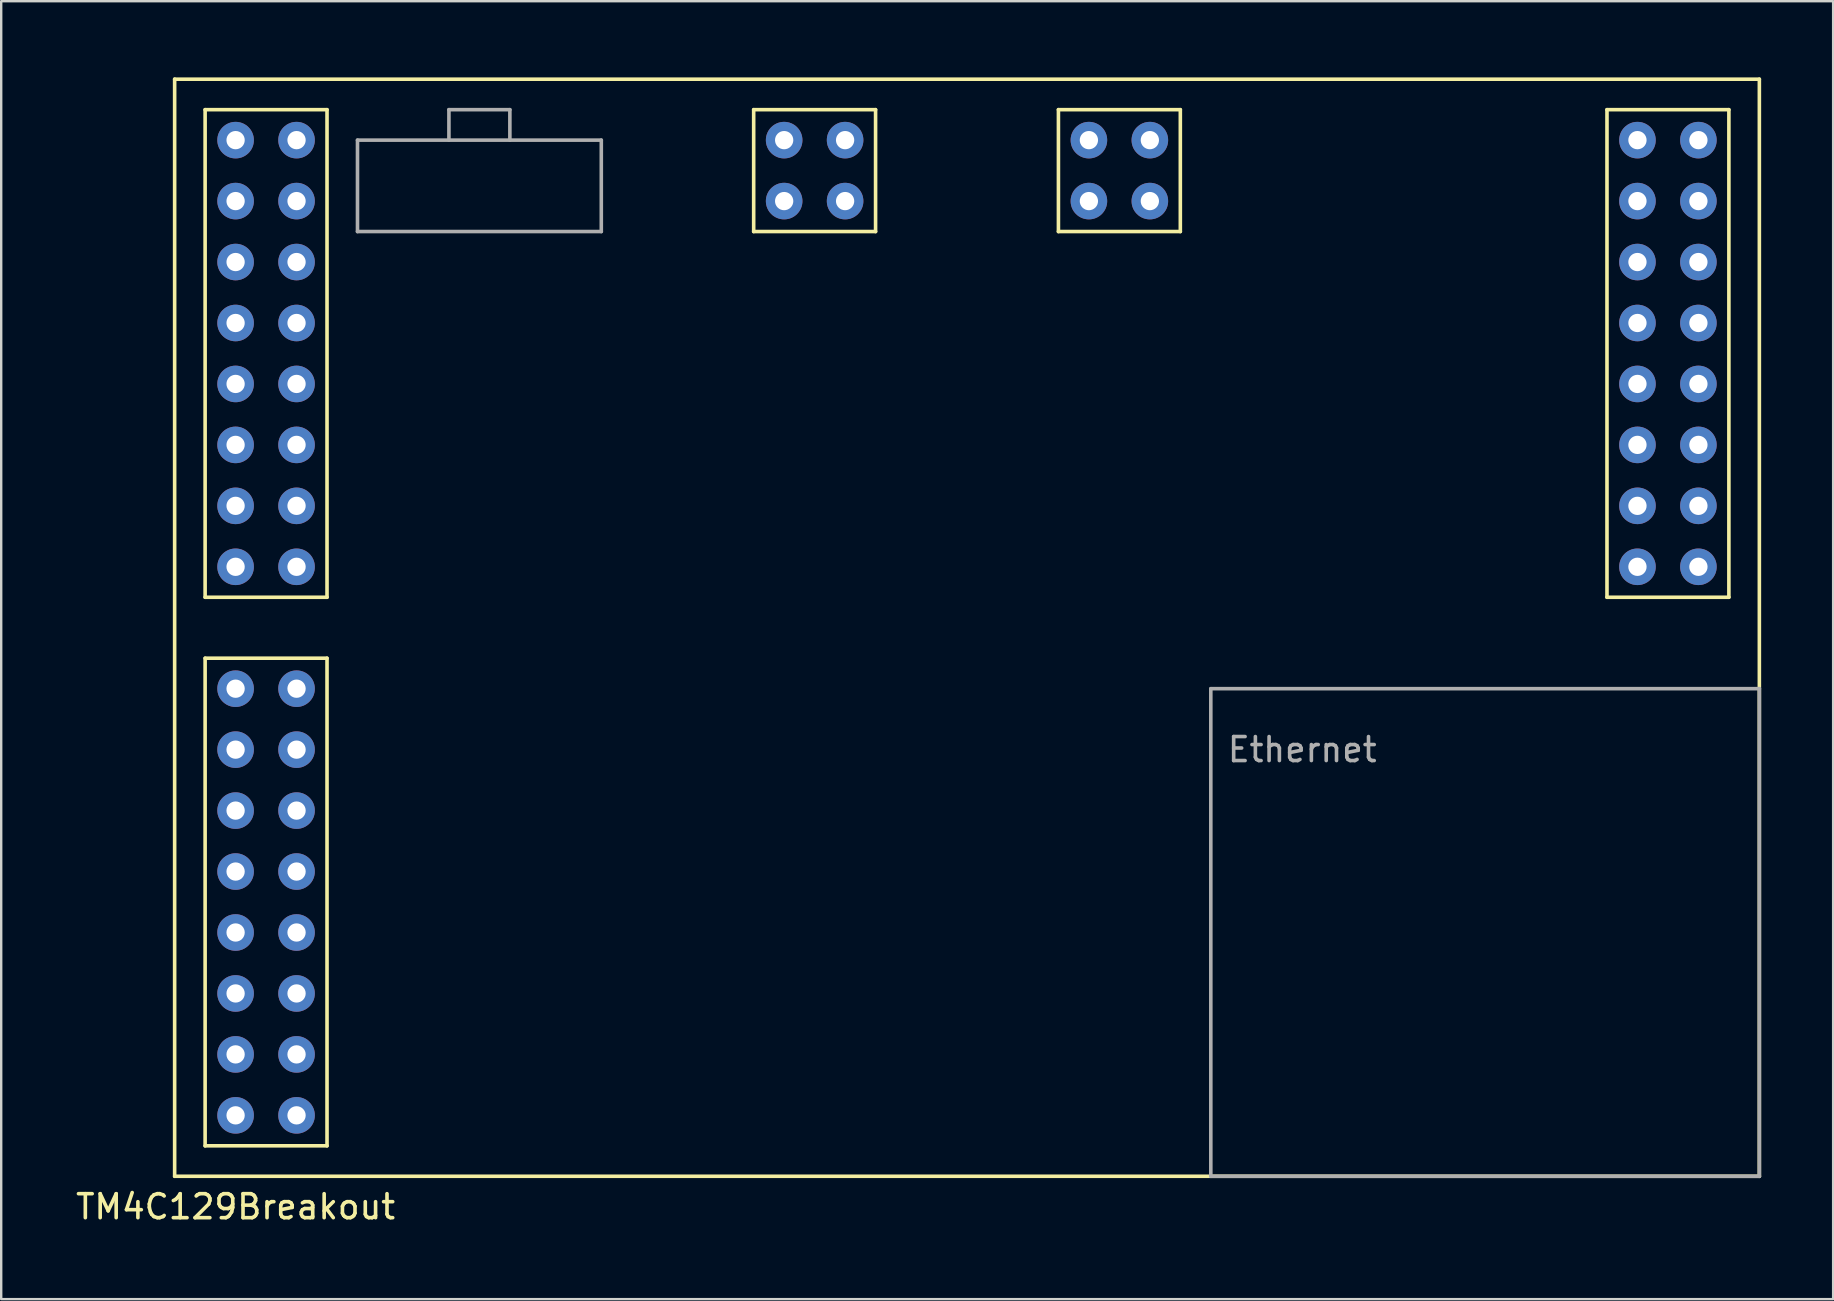
<source format=kicad_pcb>
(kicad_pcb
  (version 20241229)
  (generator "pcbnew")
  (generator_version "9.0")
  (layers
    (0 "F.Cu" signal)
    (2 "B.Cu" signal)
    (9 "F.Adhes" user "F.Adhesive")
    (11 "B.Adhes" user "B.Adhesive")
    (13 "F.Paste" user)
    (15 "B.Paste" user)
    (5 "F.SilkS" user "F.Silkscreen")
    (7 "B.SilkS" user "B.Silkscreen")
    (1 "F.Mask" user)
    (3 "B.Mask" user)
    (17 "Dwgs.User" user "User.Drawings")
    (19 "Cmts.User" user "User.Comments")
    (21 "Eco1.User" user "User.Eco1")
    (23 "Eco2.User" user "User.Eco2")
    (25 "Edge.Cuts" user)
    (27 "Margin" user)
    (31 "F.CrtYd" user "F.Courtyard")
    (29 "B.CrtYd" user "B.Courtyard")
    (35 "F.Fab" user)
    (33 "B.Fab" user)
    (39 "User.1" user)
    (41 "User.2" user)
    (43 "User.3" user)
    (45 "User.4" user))
  (footprint "TM4C129Breakout"
    (layer "F.Cu")
    (at 4.228 0.25)
    (property "Reference" "TM4C129Breakout" (at 2.54 46.99 0) (layer "F.SilkS") (effects (font (size 1 1) (thickness 0.15))))
    (attr through_hole)
    (fp_line (start 0 0) (end 66.04 0) (stroke (width 0.15) (type solid)) (layer "F.SilkS"))
    (fp_line (start 0 45.72) (end 0 0) (stroke (width 0.15) (type solid)) (layer "F.SilkS"))
    (fp_line (start 1.27 1.27) (end 6.35 1.27) (stroke (width 0.15) (type solid)) (layer "F.SilkS"))
    (fp_line (start 1.27 21.59) (end 1.27 1.27) (stroke (width 0.15) (type solid)) (layer "F.SilkS"))
    (fp_line (start 1.27 24.13) (end 1.27 44.45) (stroke (width 0.15) (type solid)) (layer "F.SilkS"))
    (fp_line (start 1.27 44.45) (end 6.35 44.45) (stroke (width 0.15) (type solid)) (layer "F.SilkS"))
    (fp_line (start 6.35 1.27) (end 6.35 21.59) (stroke (width 0.15) (type solid)) (layer "F.SilkS"))
    (fp_line (start 6.35 21.59) (end 1.27 21.59) (stroke (width 0.15) (type solid)) (layer "F.SilkS"))
    (fp_line (start 6.35 24.13) (end 1.27 24.13) (stroke (width 0.15) (type solid)) (layer "F.SilkS"))
    (fp_line (start 6.35 44.45) (end 6.35 24.13) (stroke (width 0.15) (type solid)) (layer "F.SilkS"))
    (fp_line (start 24.13 1.27) (end 29.21 1.27) (stroke (width 0.15) (type solid)) (layer "F.SilkS"))
    (fp_line (start 24.13 6.35) (end 24.13 1.27) (stroke (width 0.15) (type solid)) (layer "F.SilkS"))
    (fp_line (start 29.21 1.27) (end 29.21 6.35) (stroke (width 0.15) (type solid)) (layer "F.SilkS"))
    (fp_line (start 29.21 6.35) (end 24.13 6.35) (stroke (width 0.15) (type solid)) (layer "F.SilkS"))
    (fp_line (start 36.83 1.27) (end 41.91 1.27) (stroke (width 0.15) (type solid)) (layer "F.SilkS"))
    (fp_line (start 36.83 6.35) (end 36.83 1.27) (stroke (width 0.15) (type solid)) (layer "F.SilkS"))
    (fp_line (start 41.91 1.27) (end 41.91 6.35) (stroke (width 0.15) (type solid)) (layer "F.SilkS"))
    (fp_line (start 41.91 6.35) (end 36.83 6.35) (stroke (width 0.15) (type solid)) (layer "F.SilkS"))
    (fp_line (start 59.69 1.27) (end 59.69 21.59) (stroke (width 0.15) (type solid)) (layer "F.SilkS"))
    (fp_line (start 59.69 21.59) (end 64.77 21.59) (stroke (width 0.15) (type solid)) (layer "F.SilkS"))
    (fp_line (start 64.77 1.27) (end 59.69 1.27) (stroke (width 0.15) (type solid)) (layer "F.SilkS"))
    (fp_line (start 64.77 21.59) (end 64.77 1.27) (stroke (width 0.15) (type solid)) (layer "F.SilkS"))
    (fp_line (start 66.04 0) (end 66.04 45.72) (stroke (width 0.15) (type solid)) (layer "F.SilkS"))
    (fp_line (start 66.04 45.72) (end 0 45.72) (stroke (width 0.15) (type solid)) (layer "F.SilkS"))
    (fp_line (start 7.62 2.54) (end 17.78 2.54) (stroke (width 0.15) (type solid)) (layer "F.Fab"))
    (fp_line (start 7.62 6.35) (end 7.62 2.54) (stroke (width 0.15) (type solid)) (layer "F.Fab"))
    (fp_line (start 11.43 1.27) (end 11.43 2.54) (stroke (width 0.15) (type solid)) (layer "F.Fab"))
    (fp_line (start 13.97 1.27) (end 11.43 1.27) (stroke (width 0.15) (type solid)) (layer "F.Fab"))
    (fp_line (start 13.97 2.54) (end 13.97 1.27) (stroke (width 0.15) (type solid)) (layer "F.Fab"))
    (fp_line (start 17.78 2.54) (end 17.78 6.35) (stroke (width 0.15) (type solid)) (layer "F.Fab"))
    (fp_line (start 17.78 6.35) (end 7.62 6.35) (stroke (width 0.15) (type solid)) (layer "F.Fab"))
    (fp_line (start 43.18 25.4) (end 43.18 45.72) (stroke (width 0.15) (type solid)) (layer "F.Fab"))
    (fp_line (start 43.18 45.72) (end 66.04 45.72) (stroke (width 0.15) (type solid)) (layer "F.Fab"))
    (fp_line (start 66.04 25.4) (end 43.18 25.4) (stroke (width 0.15) (type solid)) (layer "F.Fab"))
    (fp_line (start 66.04 45.72) (end 66.04 25.4) (stroke (width 0.15) (type solid)) (layer "F.Fab"))
    (fp_text user "Ethernet" (at 46.99 27.94 0) (layer "F.Fab") (effects (font (size 1 1) (thickness 0.15))))
    (pad "1" thru_hole circle (at 2.54 2.54) (size 1.524 1.524) (drill 0.762) (layers "*.Cu" "*.Mask"))
    (pad "2" thru_hole circle (at 2.54 5.08) (size 1.524 1.524) (drill 0.762) (layers "*.Cu" "*.Mask"))
    (pad "3" thru_hole circle (at 2.54 7.62) (size 1.524 1.524) (drill 0.762) (layers "*.Cu" "*.Mask"))
    (pad "4" thru_hole circle (at 2.54 10.16) (size 1.524 1.524) (drill 0.762) (layers "*.Cu" "*.Mask"))
    (pad "5" thru_hole circle (at 2.54 12.7) (size 1.524 1.524) (drill 0.762) (layers "*.Cu" "*.Mask"))
    (pad "6" thru_hole circle (at 2.54 15.24) (size 1.524 1.524) (drill 0.762) (layers "*.Cu" "*.Mask"))
    (pad "7" thru_hole circle (at 2.54 17.78) (size 1.524 1.524) (drill 0.762) (layers "*.Cu" "*.Mask"))
    (pad "8" thru_hole circle (at 2.54 20.32) (size 1.524 1.524) (drill 0.762) (layers "*.Cu" "*.Mask"))
    (pad "9" thru_hole circle (at 5.08 2.54) (size 1.524 1.524) (drill 0.762) (layers "*.Cu" "*.Mask"))
    (pad "10" thru_hole circle (at 5.08 5.08) (size 1.524 1.524) (drill 0.762) (layers "*.Cu" "*.Mask"))
    (pad "11" thru_hole circle (at 5.08 7.62) (size 1.524 1.524) (drill 0.762) (layers "*.Cu" "*.Mask"))
    (pad "12" thru_hole circle (at 5.08 10.16) (size 1.524 1.524) (drill 0.762) (layers "*.Cu" "*.Mask"))
    (pad "13" thru_hole circle (at 5.08 12.7) (size 1.524 1.524) (drill 0.762) (layers "*.Cu" "*.Mask"))
    (pad "14" thru_hole circle (at 5.08 15.24) (size 1.524 1.524) (drill 0.762) (layers "*.Cu" "*.Mask"))
    (pad "15" thru_hole circle (at 5.08 17.78) (size 1.524 1.524) (drill 0.762) (layers "*.Cu" "*.Mask"))
    (pad "16" thru_hole circle (at 5.08 20.32) (size 1.524 1.524) (drill 0.762) (layers "*.Cu" "*.Mask"))
    (pad "17" thru_hole circle (at 2.54 25.4) (size 1.524 1.524) (drill 0.762) (layers "*.Cu" "*.Mask"))
    (pad "18" thru_hole circle (at 2.54 27.94) (size 1.524 1.524) (drill 0.762) (layers "*.Cu" "*.Mask"))
    (pad "19" thru_hole circle (at 2.54 30.48) (size 1.524 1.524) (drill 0.762) (layers "*.Cu" "*.Mask"))
    (pad "20" thru_hole circle (at 2.54 33.02) (size 1.524 1.524) (drill 0.762) (layers "*.Cu" "*.Mask"))
    (pad "21" thru_hole circle (at 2.54 35.56) (size 1.524 1.524) (drill 0.762) (layers "*.Cu" "*.Mask"))
    (pad "22" thru_hole circle (at 2.54 38.1) (size 1.524 1.524) (drill 0.762) (layers "*.Cu" "*.Mask"))
    (pad "23" thru_hole circle (at 2.54 40.64) (size 1.524 1.524) (drill 0.762) (layers "*.Cu" "*.Mask"))
    (pad "24" thru_hole circle (at 2.54 43.18) (size 1.524 1.524) (drill 0.762) (layers "*.Cu" "*.Mask"))
    (pad "25" thru_hole circle (at 5.08 25.4) (size 1.524 1.524) (drill 0.762) (layers "*.Cu" "*.Mask"))
    (pad "26" thru_hole circle (at 5.08 27.94) (size 1.524 1.524) (drill 0.762) (layers "*.Cu" "*.Mask"))
    (pad "27" thru_hole circle (at 5.08 30.48) (size 1.524 1.524) (drill 0.762) (layers "*.Cu" "*.Mask"))
    (pad "28" thru_hole circle (at 5.08 33.02) (size 1.524 1.524) (drill 0.762) (layers "*.Cu" "*.Mask"))
    (pad "29" thru_hole circle (at 5.08 35.56) (size 1.524 1.524) (drill 0.762) (layers "*.Cu" "*.Mask"))
    (pad "30" thru_hole circle (at 5.08 38.1) (size 1.524 1.524) (drill 0.762) (layers "*.Cu" "*.Mask"))
    (pad "31" thru_hole circle (at 5.08 40.64) (size 1.524 1.524) (drill 0.762) (layers "*.Cu" "*.Mask"))
    (pad "32" thru_hole circle (at 5.08 43.18) (size 1.524 1.524) (drill 0.762) (layers "*.Cu" "*.Mask"))
    (pad "33" thru_hole circle (at 60.96 2.54) (size 1.524 1.524) (drill 0.762) (layers "*.Cu" "*.Mask"))
    (pad "34" thru_hole circle (at 60.96 5.08) (size 1.524 1.524) (drill 0.762) (layers "*.Cu" "*.Mask"))
    (pad "35" thru_hole circle (at 60.96 7.62) (size 1.524 1.524) (drill 0.762) (layers "*.Cu" "*.Mask"))
    (pad "36" thru_hole circle (at 60.96 10.16) (size 1.524 1.524) (drill 0.762) (layers "*.Cu" "*.Mask"))
    (pad "37" thru_hole circle (at 60.96 12.7) (size 1.524 1.524) (drill 0.762) (layers "*.Cu" "*.Mask"))
    (pad "38" thru_hole circle (at 60.96 15.24) (size 1.524 1.524) (drill 0.762) (layers "*.Cu" "*.Mask"))
    (pad "39" thru_hole circle (at 60.96 17.78) (size 1.524 1.524) (drill 0.762) (layers "*.Cu" "*.Mask"))
    (pad "40" thru_hole circle (at 60.96 20.32) (size 1.524 1.524) (drill 0.762) (layers "*.Cu" "*.Mask"))
    (pad "41" thru_hole circle (at 63.5 2.54) (size 1.524 1.524) (drill 0.762) (layers "*.Cu" "*.Mask"))
    (pad "42" thru_hole circle (at 63.5 5.08) (size 1.524 1.524) (drill 0.762) (layers "*.Cu" "*.Mask"))
    (pad "43" thru_hole circle (at 63.5 7.62) (size 1.524 1.524) (drill 0.762) (layers "*.Cu" "*.Mask"))
    (pad "44" thru_hole circle (at 63.5 10.16) (size 1.524 1.524) (drill 0.762) (layers "*.Cu" "*.Mask"))
    (pad "45" thru_hole circle (at 63.5 12.7) (size 1.524 1.524) (drill 0.762) (layers "*.Cu" "*.Mask"))
    (pad "46" thru_hole circle (at 63.5 15.24) (size 1.524 1.524) (drill 0.762) (layers "*.Cu" "*.Mask"))
    (pad "47" thru_hole circle (at 63.5 17.78) (size 1.524 1.524) (drill 0.762) (layers "*.Cu" "*.Mask"))
    (pad "48" thru_hole circle (at 63.5 20.32) (size 1.524 1.524) (drill 0.762) (layers "*.Cu" "*.Mask"))
    (pad "49" thru_hole circle (at 38.1 2.54) (size 1.524 1.524) (drill 0.762) (layers "*.Cu" "*.Mask"))
    (pad "50" thru_hole circle (at 38.1 5.08) (size 1.524 1.524) (drill 0.762) (layers "*.Cu" "*.Mask"))
    (pad "51" thru_hole circle (at 25.4 2.54) (size 1.524 1.524) (drill 0.762) (layers "*.Cu" "*.Mask"))
    (pad "52" thru_hole circle (at 25.4 5.08) (size 1.524 1.524) (drill 0.762) (layers "*.Cu" "*.Mask"))
    (pad "53" thru_hole circle (at 40.64 2.54) (size 1.524 1.524) (drill 0.762) (layers "*.Cu" "*.Mask"))
    (pad "54" thru_hole circle (at 40.64 5.08) (size 1.524 1.524) (drill 0.762) (layers "*.Cu" "*.Mask"))
    (pad "55" thru_hole circle (at 27.94 2.54) (size 1.524 1.524) (drill 0.762) (layers "*.Cu" "*.Mask"))
    (pad "56" thru_hole circle (at 27.94 5.08) (size 1.524 1.524) (drill 0.762) (layers "*.Cu" "*.Mask")))
  (gr_rect
    (start -3 -3)
    (end 73.343 51.088)
    (stroke (width 0.1) (type default))
    (fill no)
    (layer "Edge.Cuts")))
</source>
